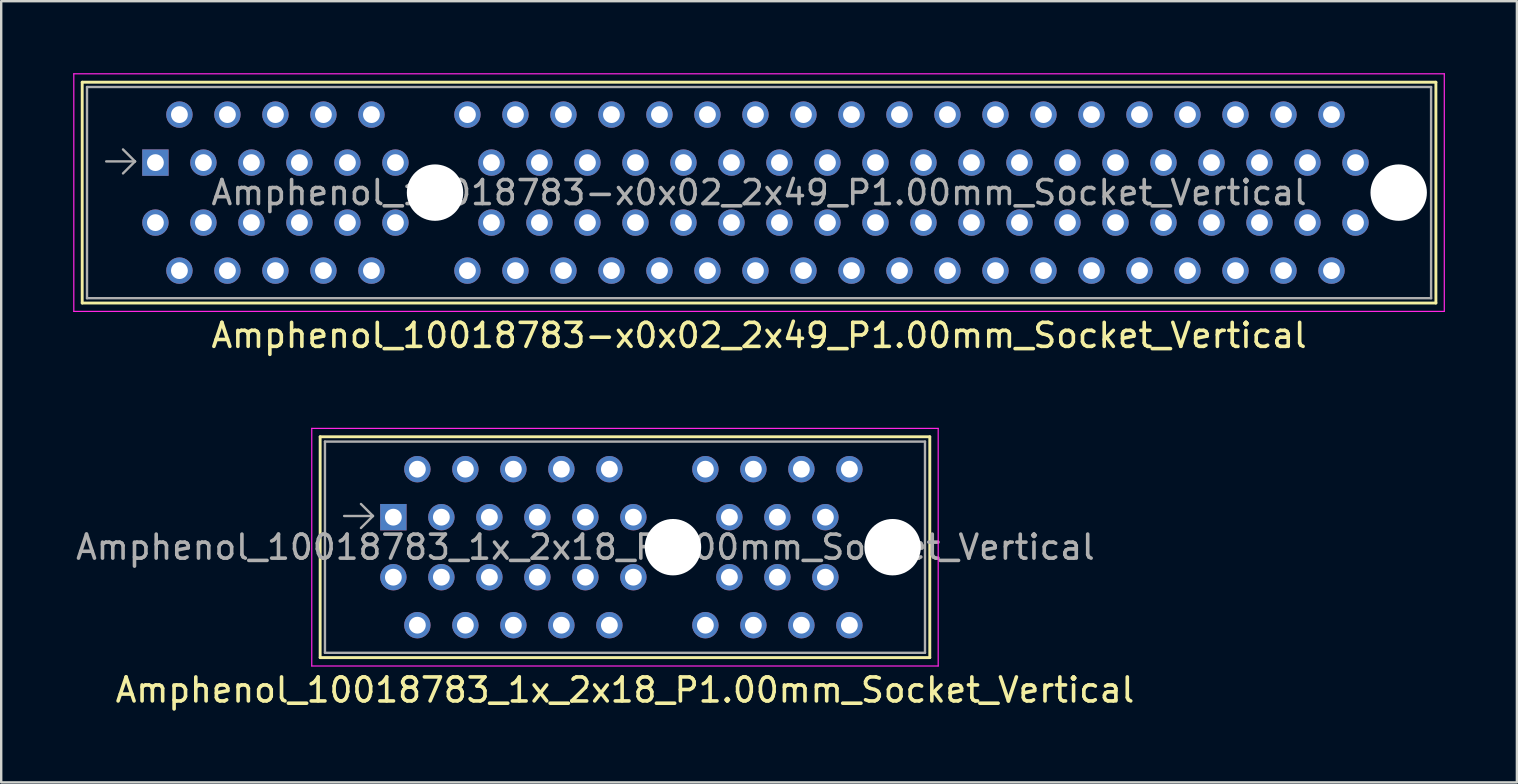
<source format=kicad_pcb>
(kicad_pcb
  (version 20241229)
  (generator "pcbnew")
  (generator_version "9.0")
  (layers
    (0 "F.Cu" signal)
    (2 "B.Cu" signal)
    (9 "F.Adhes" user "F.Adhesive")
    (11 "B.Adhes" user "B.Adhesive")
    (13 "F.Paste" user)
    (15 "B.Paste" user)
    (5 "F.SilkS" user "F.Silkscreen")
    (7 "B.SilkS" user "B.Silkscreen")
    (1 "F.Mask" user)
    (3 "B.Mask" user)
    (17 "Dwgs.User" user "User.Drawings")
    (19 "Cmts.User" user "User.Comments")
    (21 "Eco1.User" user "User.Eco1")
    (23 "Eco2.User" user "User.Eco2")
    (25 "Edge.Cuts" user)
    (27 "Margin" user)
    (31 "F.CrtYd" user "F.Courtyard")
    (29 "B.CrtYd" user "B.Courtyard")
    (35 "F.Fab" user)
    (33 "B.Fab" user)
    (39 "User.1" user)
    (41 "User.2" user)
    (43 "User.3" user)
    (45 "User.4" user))
  (footprint "Amphenol_10018783-x0x02_2x49_P1.00mm_Socket_Vertical"
    (layer "F.Cu")
    (at 3.425 3.725)
    (property "Reference" "Amphenol_10018783-x0x02_2x49_P1.00mm_Socket_Vertical" (at 25.15 7.2 0) (layer "F.SilkS") (effects (font (size 1 1) (thickness 0.15))))
    (attr through_hole)
    (fp_line (start -3.05 -3.35) (end -3.05 5.85) (stroke (width 0.12) (type solid)) (layer "F.SilkS"))
    (fp_line (start -3.05 5.85) (end 53.35 5.85) (stroke (width 0.12) (type solid)) (layer "F.SilkS"))
    (fp_line (start 53.35 -3.35) (end -3.05 -3.35) (stroke (width 0.12) (type solid)) (layer "F.SilkS"))
    (fp_line (start 53.35 5.85) (end 53.35 -3.35) (stroke (width 0.12) (type solid)) (layer "F.SilkS"))
    (fp_line (start -3.4 -3.7) (end -3.4 6.2) (stroke (width 0.05) (type solid)) (layer "F.CrtYd"))
    (fp_line (start -3.4 6.2) (end 53.7 6.2) (stroke (width 0.05) (type solid)) (layer "F.CrtYd"))
    (fp_line (start 53.7 -3.7) (end -3.4 -3.7) (stroke (width 0.05) (type solid)) (layer "F.CrtYd"))
    (fp_line (start 53.7 6.2) (end 53.7 -3.7) (stroke (width 0.05) (type solid)) (layer "F.CrtYd"))
    (fp_line (start -2.85 -3.15) (end -2.85 5.65) (stroke (width 0.1) (type solid)) (layer "F.Fab"))
    (fp_line (start -0.85 -0.05) (end -2.05 -0.05) (stroke (width 0.1) (type solid)) (layer "F.Fab"))
    (fp_line (start -0.85 -0.05) (end -1.35 -0.55) (stroke (width 0.1) (type solid)) (layer "F.Fab"))
    (fp_line (start -0.85 -0.05) (end -1.35 0.45) (stroke (width 0.1) (type solid)) (layer "F.Fab"))
    (fp_line (start 53.15 -3.15) (end -2.85 -3.15) (stroke (width 0.1) (type solid)) (layer "F.Fab"))
    (fp_line (start 53.15 -3.15) (end 53.15 5.65) (stroke (width 0.1) (type solid)) (layer "F.Fab"))
    (fp_line (start 53.15 5.65) (end -2.85 5.65) (stroke (width 0.1) (type solid)) (layer "F.Fab"))
    (fp_text user "${REFERENCE}" (at 25.15 1.25 0) (layer "F.Fab") (effects (font (size 1 1) (thickness 0.15))))
    (pad "" np_thru_hole circle (at 11.65 1.25) (size 2.35 2.35) (drill 2.35) (layers "*.Cu" "*.Mask"))
    (pad "" np_thru_hole circle (at 51.8 1.25) (size 2.35 2.35) (drill 2.35) (layers "*.Cu" "*.Mask"))
    (pad "A1" thru_hole rect (at 0 0) (size 1.1 1.1) (drill 0.7) (layers "*.Cu" "*.Mask"))
    (pad "A2" thru_hole circle (at 1 -2) (size 1.1 1.1) (drill 0.7) (layers "*.Cu" "*.Mask"))
    (pad "A3" thru_hole circle (at 2 0) (size 1.1 1.1) (drill 0.7) (layers "*.Cu" "*.Mask"))
    (pad "A4" thru_hole circle (at 3 -2) (size 1.1 1.1) (drill 0.7) (layers "*.Cu" "*.Mask"))
    (pad "A5" thru_hole circle (at 4 0) (size 1.1 1.1) (drill 0.7) (layers "*.Cu" "*.Mask"))
    (pad "A6" thru_hole circle (at 5 -2) (size 1.1 1.1) (drill 0.7) (layers "*.Cu" "*.Mask"))
    (pad "A7" thru_hole circle (at 6 0) (size 1.1 1.1) (drill 0.7) (layers "*.Cu" "*.Mask"))
    (pad "A8" thru_hole circle (at 7 -2) (size 1.1 1.1) (drill 0.7) (layers "*.Cu" "*.Mask"))
    (pad "A9" thru_hole circle (at 8 0) (size 1.1 1.1) (drill 0.7) (layers "*.Cu" "*.Mask"))
    (pad "A10" thru_hole circle (at 9 -2) (size 1.1 1.1) (drill 0.7) (layers "*.Cu" "*.Mask"))
    (pad "A11" thru_hole circle (at 10 0) (size 1.1 1.1) (drill 0.7) (layers "*.Cu" "*.Mask"))
    (pad "A12" thru_hole circle (at 13 -2) (size 1.1 1.1) (drill 0.7) (layers "*.Cu" "*.Mask"))
    (pad "A13" thru_hole circle (at 14 0) (size 1.1 1.1) (drill 0.7) (layers "*.Cu" "*.Mask"))
    (pad "A14" thru_hole circle (at 15 -2) (size 1.1 1.1) (drill 0.7) (layers "*.Cu" "*.Mask"))
    (pad "A15" thru_hole circle (at 16 0) (size 1.1 1.1) (drill 0.7) (layers "*.Cu" "*.Mask"))
    (pad "A16" thru_hole circle (at 17 -2) (size 1.1 1.1) (drill 0.7) (layers "*.Cu" "*.Mask"))
    (pad "A17" thru_hole circle (at 18 0) (size 1.1 1.1) (drill 0.7) (layers "*.Cu" "*.Mask"))
    (pad "A18" thru_hole circle (at 19 -2) (size 1.1 1.1) (drill 0.7) (layers "*.Cu" "*.Mask"))
    (pad "A19" thru_hole circle (at 20 0) (size 1.1 1.1) (drill 0.7) (layers "*.Cu" "*.Mask"))
    (pad "A20" thru_hole circle (at 21 -2) (size 1.1 1.1) (drill 0.7) (layers "*.Cu" "*.Mask"))
    (pad "A21" thru_hole circle (at 22 0) (size 1.1 1.1) (drill 0.7) (layers "*.Cu" "*.Mask"))
    (pad "A22" thru_hole circle (at 23 -2) (size 1.1 1.1) (drill 0.7) (layers "*.Cu" "*.Mask"))
    (pad "A23" thru_hole circle (at 24 0) (size 1.1 1.1) (drill 0.7) (layers "*.Cu" "*.Mask"))
    (pad "A24" thru_hole circle (at 25 -2) (size 1.1 1.1) (drill 0.7) (layers "*.Cu" "*.Mask"))
    (pad "A25" thru_hole circle (at 26 0) (size 1.1 1.1) (drill 0.7) (layers "*.Cu" "*.Mask"))
    (pad "A26" thru_hole circle (at 27 -2) (size 1.1 1.1) (drill 0.7) (layers "*.Cu" "*.Mask"))
    (pad "A27" thru_hole circle (at 28 0) (size 1.1 1.1) (drill 0.7) (layers "*.Cu" "*.Mask"))
    (pad "A28" thru_hole circle (at 29 -2) (size 1.1 1.1) (drill 0.7) (layers "*.Cu" "*.Mask"))
    (pad "A29" thru_hole circle (at 30 0) (size 1.1 1.1) (drill 0.7) (layers "*.Cu" "*.Mask"))
    (pad "A30" thru_hole circle (at 31 -2) (size 1.1 1.1) (drill 0.7) (layers "*.Cu" "*.Mask"))
    (pad "A31" thru_hole circle (at 32 0) (size 1.1 1.1) (drill 0.7) (layers "*.Cu" "*.Mask"))
    (pad "A32" thru_hole circle (at 33 -2) (size 1.1 1.1) (drill 0.7) (layers "*.Cu" "*.Mask"))
    (pad "A33" thru_hole circle (at 34 0) (size 1.1 1.1) (drill 0.7) (layers "*.Cu" "*.Mask"))
    (pad "A34" thru_hole circle (at 35 -2) (size 1.1 1.1) (drill 0.7) (layers "*.Cu" "*.Mask"))
    (pad "A35" thru_hole circle (at 36 0) (size 1.1 1.1) (drill 0.7) (layers "*.Cu" "*.Mask"))
    (pad "A36" thru_hole circle (at 37 -2) (size 1.1 1.1) (drill 0.7) (layers "*.Cu" "*.Mask"))
    (pad "A37" thru_hole circle (at 38 0) (size 1.1 1.1) (drill 0.7) (layers "*.Cu" "*.Mask"))
    (pad "A38" thru_hole circle (at 39 -2) (size 1.1 1.1) (drill 0.7) (layers "*.Cu" "*.Mask"))
    (pad "A39" thru_hole circle (at 40 0) (size 1.1 1.1) (drill 0.7) (layers "*.Cu" "*.Mask"))
    (pad "A40" thru_hole circle (at 41 -2) (size 1.1 1.1) (drill 0.7) (layers "*.Cu" "*.Mask"))
    (pad "A41" thru_hole circle (at 42 0) (size 1.1 1.1) (drill 0.7) (layers "*.Cu" "*.Mask"))
    (pad "A42" thru_hole circle (at 43 -2) (size 1.1 1.1) (drill 0.7) (layers "*.Cu" "*.Mask"))
    (pad "A43" thru_hole circle (at 44 0) (size 1.1 1.1) (drill 0.7) (layers "*.Cu" "*.Mask"))
    (pad "A44" thru_hole circle (at 45 -2) (size 1.1 1.1) (drill 0.7) (layers "*.Cu" "*.Mask"))
    (pad "A45" thru_hole circle (at 46 0) (size 1.1 1.1) (drill 0.7) (layers "*.Cu" "*.Mask"))
    (pad "A46" thru_hole circle (at 47 -2) (size 1.1 1.1) (drill 0.7) (layers "*.Cu" "*.Mask"))
    (pad "A47" thru_hole circle (at 48 0) (size 1.1 1.1) (drill 0.7) (layers "*.Cu" "*.Mask"))
    (pad "A48" thru_hole circle (at 49 -2) (size 1.1 1.1) (drill 0.7) (layers "*.Cu" "*.Mask"))
    (pad "A49" thru_hole circle (at 50 0) (size 1.1 1.1) (drill 0.7) (layers "*.Cu" "*.Mask"))
    (pad "B1" thru_hole circle (at 0 2.5) (size 1.1 1.1) (drill 0.7) (layers "*.Cu" "*.Mask"))
    (pad "B2" thru_hole circle (at 1 4.5) (size 1.1 1.1) (drill 0.7) (layers "*.Cu" "*.Mask"))
    (pad "B3" thru_hole circle (at 2 2.5) (size 1.1 1.1) (drill 0.7) (layers "*.Cu" "*.Mask"))
    (pad "B4" thru_hole circle (at 3 4.5) (size 1.1 1.1) (drill 0.7) (layers "*.Cu" "*.Mask"))
    (pad "B5" thru_hole circle (at 4 2.5) (size 1.1 1.1) (drill 0.7) (layers "*.Cu" "*.Mask"))
    (pad "B6" thru_hole circle (at 5 4.5) (size 1.1 1.1) (drill 0.7) (layers "*.Cu" "*.Mask"))
    (pad "B7" thru_hole circle (at 6 2.5) (size 1.1 1.1) (drill 0.7) (layers "*.Cu" "*.Mask"))
    (pad "B8" thru_hole circle (at 7 4.5) (size 1.1 1.1) (drill 0.7) (layers "*.Cu" "*.Mask"))
    (pad "B9" thru_hole circle (at 8 2.5) (size 1.1 1.1) (drill 0.7) (layers "*.Cu" "*.Mask"))
    (pad "B10" thru_hole circle (at 9 4.5) (size 1.1 1.1) (drill 0.7) (layers "*.Cu" "*.Mask"))
    (pad "B11" thru_hole circle (at 10 2.5) (size 1.1 1.1) (drill 0.7) (layers "*.Cu" "*.Mask"))
    (pad "B12" thru_hole circle (at 13 4.5) (size 1.1 1.1) (drill 0.7) (layers "*.Cu" "*.Mask"))
    (pad "B13" thru_hole circle (at 14 2.5) (size 1.1 1.1) (drill 0.7) (layers "*.Cu" "*.Mask"))
    (pad "B14" thru_hole circle (at 15 4.5) (size 1.1 1.1) (drill 0.7) (layers "*.Cu" "*.Mask"))
    (pad "B15" thru_hole circle (at 16 2.5) (size 1.1 1.1) (drill 0.7) (layers "*.Cu" "*.Mask"))
    (pad "B16" thru_hole circle (at 17 4.5) (size 1.1 1.1) (drill 0.7) (layers "*.Cu" "*.Mask"))
    (pad "B17" thru_hole circle (at 18 2.5) (size 1.1 1.1) (drill 0.7) (layers "*.Cu" "*.Mask"))
    (pad "B18" thru_hole circle (at 19 4.5) (size 1.1 1.1) (drill 0.7) (layers "*.Cu" "*.Mask"))
    (pad "B19" thru_hole circle (at 20 2.5) (size 1.1 1.1) (drill 0.7) (layers "*.Cu" "*.Mask"))
    (pad "B20" thru_hole circle (at 21 4.5) (size 1.1 1.1) (drill 0.7) (layers "*.Cu" "*.Mask"))
    (pad "B21" thru_hole circle (at 22 2.5) (size 1.1 1.1) (drill 0.7) (layers "*.Cu" "*.Mask"))
    (pad "B22" thru_hole circle (at 23 4.5) (size 1.1 1.1) (drill 0.7) (layers "*.Cu" "*.Mask"))
    (pad "B23" thru_hole circle (at 24 2.5) (size 1.1 1.1) (drill 0.7) (layers "*.Cu" "*.Mask"))
    (pad "B24" thru_hole circle (at 25 4.5) (size 1.1 1.1) (drill 0.7) (layers "*.Cu" "*.Mask"))
    (pad "B25" thru_hole circle (at 26 2.5) (size 1.1 1.1) (drill 0.7) (layers "*.Cu" "*.Mask"))
    (pad "B26" thru_hole circle (at 27 4.5) (size 1.1 1.1) (drill 0.7) (layers "*.Cu" "*.Mask"))
    (pad "B27" thru_hole circle (at 28 2.5) (size 1.1 1.1) (drill 0.7) (layers "*.Cu" "*.Mask"))
    (pad "B28" thru_hole circle (at 29 4.5) (size 1.1 1.1) (drill 0.7) (layers "*.Cu" "*.Mask"))
    (pad "B29" thru_hole circle (at 30 2.5) (size 1.1 1.1) (drill 0.7) (layers "*.Cu" "*.Mask"))
    (pad "B30" thru_hole circle (at 31 4.5) (size 1.1 1.1) (drill 0.7) (layers "*.Cu" "*.Mask"))
    (pad "B31" thru_hole circle (at 32 2.5) (size 1.1 1.1) (drill 0.7) (layers "*.Cu" "*.Mask"))
    (pad "B32" thru_hole circle (at 33 4.5) (size 1.1 1.1) (drill 0.7) (layers "*.Cu" "*.Mask"))
    (pad "B33" thru_hole circle (at 34 2.5) (size 1.1 1.1) (drill 0.7) (layers "*.Cu" "*.Mask"))
    (pad "B34" thru_hole circle (at 35 4.5) (size 1.1 1.1) (drill 0.7) (layers "*.Cu" "*.Mask"))
    (pad "B35" thru_hole circle (at 36 2.5) (size 1.1 1.1) (drill 0.7) (layers "*.Cu" "*.Mask"))
    (pad "B36" thru_hole circle (at 37 4.5) (size 1.1 1.1) (drill 0.7) (layers "*.Cu" "*.Mask"))
    (pad "B37" thru_hole circle (at 38 2.5) (size 1.1 1.1) (drill 0.7) (layers "*.Cu" "*.Mask"))
    (pad "B38" thru_hole circle (at 39 4.5) (size 1.1 1.1) (drill 0.7) (layers "*.Cu" "*.Mask"))
    (pad "B39" thru_hole circle (at 40 2.5) (size 1.1 1.1) (drill 0.7) (layers "*.Cu" "*.Mask"))
    (pad "B40" thru_hole circle (at 41 4.5) (size 1.1 1.1) (drill 0.7) (layers "*.Cu" "*.Mask"))
    (pad "B41" thru_hole circle (at 42 2.5) (size 1.1 1.1) (drill 0.7) (layers "*.Cu" "*.Mask"))
    (pad "B42" thru_hole circle (at 43 4.5) (size 1.1 1.1) (drill 0.7) (layers "*.Cu" "*.Mask"))
    (pad "B43" thru_hole circle (at 44 2.5) (size 1.1 1.1) (drill 0.7) (layers "*.Cu" "*.Mask"))
    (pad "B44" thru_hole circle (at 45 4.5) (size 1.1 1.1) (drill 0.7) (layers "*.Cu" "*.Mask"))
    (pad "B45" thru_hole circle (at 46 2.5) (size 1.1 1.1) (drill 0.7) (layers "*.Cu" "*.Mask"))
    (pad "B46" thru_hole circle (at 47 4.5) (size 1.1 1.1) (drill 0.7) (layers "*.Cu" "*.Mask"))
    (pad "B47" thru_hole circle (at 48 2.5) (size 1.1 1.1) (drill 0.7) (layers "*.Cu" "*.Mask"))
    (pad "B48" thru_hole circle (at 49 4.5) (size 1.1 1.1) (drill 0.7) (layers "*.Cu" "*.Mask"))
    (pad "B49" thru_hole circle (at 50 2.5) (size 1.1 1.1) (drill 0.7) (layers "*.Cu" "*.Mask")))
  (footprint "Amphenol_10018783_1x_2x18_P1.00mm_Socket_Vertical"
    (layer "F.Cu")
    (at 13.339 18.498)
    (property "Reference" "Amphenol_10018783_1x_2x18_P1.00mm_Socket_Vertical" (at 9.65 7.2 0) (layer "F.SilkS") (effects (font (size 1 1) (thickness 0.15))))
    (attr through_hole)
    (fp_line (start -3.05 -3.35) (end -3.05 5.85) (stroke (width 0.12) (type solid)) (layer "F.SilkS"))
    (fp_line (start -3.05 5.85) (end 22.35 5.85) (stroke (width 0.12) (type solid)) (layer "F.SilkS"))
    (fp_line (start 22.35 -3.35) (end -3.05 -3.35) (stroke (width 0.12) (type solid)) (layer "F.SilkS"))
    (fp_line (start 22.35 5.85) (end 22.35 -3.35) (stroke (width 0.12) (type solid)) (layer "F.SilkS"))
    (fp_line (start -3.4 -3.7) (end -3.4 6.2) (stroke (width 0.05) (type solid)) (layer "F.CrtYd"))
    (fp_line (start -3.4 6.2) (end 22.7 6.2) (stroke (width 0.05) (type solid)) (layer "F.CrtYd"))
    (fp_line (start 22.7 -3.7) (end -3.4 -3.7) (stroke (width 0.05) (type solid)) (layer "F.CrtYd"))
    (fp_line (start 22.7 6.2) (end 22.7 -3.7) (stroke (width 0.05) (type solid)) (layer "F.CrtYd"))
    (fp_line (start -2.85 -3.15) (end -2.85 5.65) (stroke (width 0.1) (type solid)) (layer "F.Fab"))
    (fp_line (start -0.85 -0.05) (end -2.05 -0.05) (stroke (width 0.1) (type solid)) (layer "F.Fab"))
    (fp_line (start -0.85 -0.05) (end -1.35 -0.55) (stroke (width 0.1) (type solid)) (layer "F.Fab"))
    (fp_line (start -0.85 -0.05) (end -1.35 0.45) (stroke (width 0.1) (type solid)) (layer "F.Fab"))
    (fp_line (start 22.15 -3.15) (end -2.85 -3.15) (stroke (width 0.1) (type solid)) (layer "F.Fab"))
    (fp_line (start 22.15 -3.15) (end 22.15 5.65) (stroke (width 0.1) (type solid)) (layer "F.Fab"))
    (fp_line (start 22.15 5.65) (end -2.85 5.65) (stroke (width 0.1) (type solid)) (layer "F.Fab"))
    (fp_text user "${REFERENCE}" (at 8 1.25 0) (layer "F.Fab") (effects (font (size 1 1) (thickness 0.15))))
    (pad "" np_thru_hole circle (at 11.65 1.25) (size 2.35 2.35) (drill 2.35) (layers "*.Cu" "*.Mask"))
    (pad "" np_thru_hole circle (at 20.8 1.25) (size 2.35 2.35) (drill 2.35) (layers "*.Cu" "*.Mask"))
    (pad "A1" thru_hole rect (at 0 0) (size 1.1 1.1) (drill 0.7) (layers "*.Cu" "*.Mask"))
    (pad "A2" thru_hole circle (at 1 -2) (size 1.1 1.1) (drill 0.7) (layers "*.Cu" "*.Mask"))
    (pad "A3" thru_hole circle (at 2 0) (size 1.1 1.1) (drill 0.7) (layers "*.Cu" "*.Mask"))
    (pad "A4" thru_hole circle (at 3 -2) (size 1.1 1.1) (drill 0.7) (layers "*.Cu" "*.Mask"))
    (pad "A5" thru_hole circle (at 4 0) (size 1.1 1.1) (drill 0.7) (layers "*.Cu" "*.Mask"))
    (pad "A6" thru_hole circle (at 5 -2) (size 1.1 1.1) (drill 0.7) (layers "*.Cu" "*.Mask"))
    (pad "A7" thru_hole circle (at 6 0) (size 1.1 1.1) (drill 0.7) (layers "*.Cu" "*.Mask"))
    (pad "A8" thru_hole circle (at 7 -2) (size 1.1 1.1) (drill 0.7) (layers "*.Cu" "*.Mask"))
    (pad "A9" thru_hole circle (at 8 0) (size 1.1 1.1) (drill 0.7) (layers "*.Cu" "*.Mask"))
    (pad "A10" thru_hole circle (at 9 -2) (size 1.1 1.1) (drill 0.7) (layers "*.Cu" "*.Mask"))
    (pad "A11" thru_hole circle (at 10 0) (size 1.1 1.1) (drill 0.7) (layers "*.Cu" "*.Mask"))
    (pad "A12" thru_hole circle (at 13 -2) (size 1.1 1.1) (drill 0.7) (layers "*.Cu" "*.Mask"))
    (pad "A13" thru_hole circle (at 14 0) (size 1.1 1.1) (drill 0.7) (layers "*.Cu" "*.Mask"))
    (pad "A14" thru_hole circle (at 15 -2) (size 1.1 1.1) (drill 0.7) (layers "*.Cu" "*.Mask"))
    (pad "A15" thru_hole circle (at 16 0) (size 1.1 1.1) (drill 0.7) (layers "*.Cu" "*.Mask"))
    (pad "A16" thru_hole circle (at 17 -2) (size 1.1 1.1) (drill 0.7) (layers "*.Cu" "*.Mask"))
    (pad "A17" thru_hole circle (at 18 0) (size 1.1 1.1) (drill 0.7) (layers "*.Cu" "*.Mask"))
    (pad "A18" thru_hole circle (at 19 -2) (size 1.1 1.1) (drill 0.7) (layers "*.Cu" "*.Mask"))
    (pad "B1" thru_hole circle (at 0 2.5) (size 1.1 1.1) (drill 0.7) (layers "*.Cu" "*.Mask"))
    (pad "B2" thru_hole circle (at 1 4.5) (size 1.1 1.1) (drill 0.7) (layers "*.Cu" "*.Mask"))
    (pad "B3" thru_hole circle (at 2 2.5) (size 1.1 1.1) (drill 0.7) (layers "*.Cu" "*.Mask"))
    (pad "B4" thru_hole circle (at 3 4.5) (size 1.1 1.1) (drill 0.7) (layers "*.Cu" "*.Mask"))
    (pad "B5" thru_hole circle (at 4 2.5) (size 1.1 1.1) (drill 0.7) (layers "*.Cu" "*.Mask"))
    (pad "B6" thru_hole circle (at 5 4.5) (size 1.1 1.1) (drill 0.7) (layers "*.Cu" "*.Mask"))
    (pad "B7" thru_hole circle (at 6 2.5) (size 1.1 1.1) (drill 0.7) (layers "*.Cu" "*.Mask"))
    (pad "B8" thru_hole circle (at 7 4.5) (size 1.1 1.1) (drill 0.7) (layers "*.Cu" "*.Mask"))
    (pad "B9" thru_hole circle (at 8 2.5) (size 1.1 1.1) (drill 0.7) (layers "*.Cu" "*.Mask"))
    (pad "B10" thru_hole circle (at 9 4.5) (size 1.1 1.1) (drill 0.7) (layers "*.Cu" "*.Mask"))
    (pad "B11" thru_hole circle (at 10 2.5) (size 1.1 1.1) (drill 0.7) (layers "*.Cu" "*.Mask"))
    (pad "B12" thru_hole circle (at 13 4.5) (size 1.1 1.1) (drill 0.7) (layers "*.Cu" "*.Mask"))
    (pad "B13" thru_hole circle (at 14 2.5) (size 1.1 1.1) (drill 0.7) (layers "*.Cu" "*.Mask"))
    (pad "B14" thru_hole circle (at 15 4.5) (size 1.1 1.1) (drill 0.7) (layers "*.Cu" "*.Mask"))
    (pad "B15" thru_hole circle (at 16 2.5) (size 1.1 1.1) (drill 0.7) (layers "*.Cu" "*.Mask"))
    (pad "B16" thru_hole circle (at 17 4.5) (size 1.1 1.1) (drill 0.7) (layers "*.Cu" "*.Mask"))
    (pad "B17" thru_hole circle (at 18 2.5) (size 1.1 1.1) (drill 0.7) (layers "*.Cu" "*.Mask"))
    (pad "B18" thru_hole circle (at 19 4.5) (size 1.1 1.1) (drill 0.7) (layers "*.Cu" "*.Mask")))
  (gr_rect
    (start -3 -3)
    (end 60.15 29.547)
    (stroke (width 0.1) (type default))
    (fill no)
    (layer "Edge.Cuts")))
</source>
